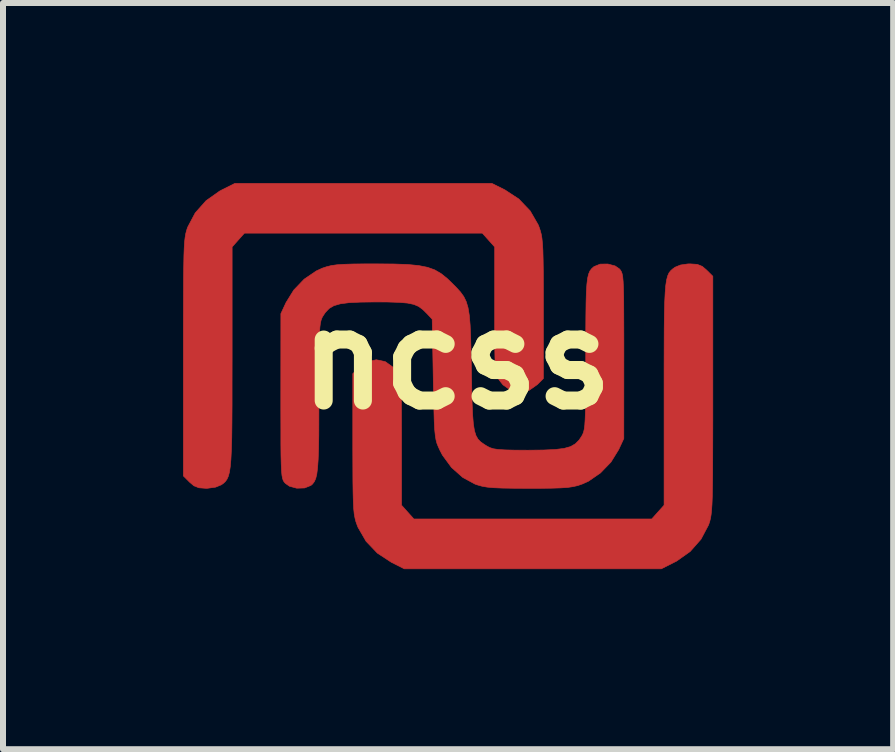
<source format=kicad_pcb>
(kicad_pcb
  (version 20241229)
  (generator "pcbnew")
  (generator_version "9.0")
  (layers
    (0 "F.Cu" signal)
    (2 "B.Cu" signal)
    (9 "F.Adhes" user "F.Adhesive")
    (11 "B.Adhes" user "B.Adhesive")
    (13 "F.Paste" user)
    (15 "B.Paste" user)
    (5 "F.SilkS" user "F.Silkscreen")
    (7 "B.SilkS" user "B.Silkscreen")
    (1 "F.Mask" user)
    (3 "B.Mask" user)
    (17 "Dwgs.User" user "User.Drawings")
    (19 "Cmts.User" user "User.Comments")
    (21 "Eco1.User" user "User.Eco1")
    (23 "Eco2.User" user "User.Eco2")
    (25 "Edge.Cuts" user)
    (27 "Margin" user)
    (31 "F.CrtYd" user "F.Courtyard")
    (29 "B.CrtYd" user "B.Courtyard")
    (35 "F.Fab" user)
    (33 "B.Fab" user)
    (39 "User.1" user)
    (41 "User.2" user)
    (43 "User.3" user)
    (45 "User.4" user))
  (footprint "ncss"
    (layer "F.Cu")
    (at 4.556 2.933)
    (property "Reference" "ncss" (at 0 0 0) (layer "F.SilkS") (effects (font (size 1.524 1.524) (thickness 0.3))))
    (attr through_hole)
    (fp_poly (pts (xy 0.805 -2.82) (xy 1.037 -2.668) (xy 1.226 -2.47) (xy 1.36 -2.238) (xy 1.375 -2.2) (xy 1.394 -2.143) (xy 1.41 -2.084) (xy 1.422 -2.015) (xy 1.431 -1.926) (xy 1.438 -1.81) (xy 1.442 -1.659) (xy 1.445 -1.464) (xy 1.446 -1.216) (xy 1.446 -0.908) (xy 1.446 -0.843) (xy 1.446 0.323) (xy 1.346 0.423) (xy 1.205 0.522) (xy 1.055 0.555) (xy 0.907 0.523) (xy 0.774 0.429) (xy 0.716 0.356) (xy 0.693 0.32) (xy 0.675 0.283) (xy 0.661 0.237) (xy 0.65 0.172) (xy 0.643 0.081) (xy 0.639 -0.045) (xy 0.636 -0.213) (xy 0.635 -0.433) (xy 0.635 -0.712) (xy 0.635 -0.816) (xy 0.635 -1.869) (xy 0.532 -1.984) (xy 0.429 -2.099) (xy -3.534 -2.099) (xy -3.637 -1.984) (xy -3.739 -1.869) (xy -3.739 -0.034) (xy -3.74 0.393) (xy -3.74 0.754) (xy -3.742 1.056) (xy -3.745 1.306) (xy -3.751 1.507) (xy -3.759 1.667) (xy -3.77 1.791) (xy -3.784 1.884) (xy -3.803 1.953) (xy -3.826 2.003) (xy -3.854 2.041) (xy -3.887 2.071) (xy -3.92 2.094) (xy -4.016 2.133) (xy -4.148 2.151) (xy -4.173 2.152) (xy -4.293 2.143) (xy -4.376 2.11) (xy -4.448 2.049) (xy -4.551 1.946) (xy -4.551 -0.031) (xy -4.551 -0.456) (xy -4.55 -0.816) (xy -4.549 -1.117) (xy -4.548 -1.365) (xy -4.545 -1.568) (xy -4.542 -1.729) (xy -4.537 -1.856) (xy -4.531 -1.954) (xy -4.522 -2.03) (xy -4.512 -2.089) (xy -4.5 -2.137) (xy -4.486 -2.181) (xy -4.479 -2.2) (xy -4.354 -2.436) (xy -4.173 -2.64) (xy -3.947 -2.8) (xy -3.909 -2.82) (xy -3.693 -2.928) (xy 0.588 -2.928) (xy 0.805 -2.82)) (stroke (width 0.01) (type solid)) (fill yes) (layer "F.Cu"))
    (fp_poly (pts (xy 4.01 -1.579) (xy 4.094 -1.545) (xy 4.165 -1.484) (xy 4.269 -1.381) (xy 4.269 0.596) (xy 4.269 1.02) (xy 4.268 1.38) (xy 4.267 1.681) (xy 4.266 1.93) (xy 4.263 2.132) (xy 4.26 2.294) (xy 4.255 2.42) (xy 4.248 2.519) (xy 4.24 2.594) (xy 4.23 2.653) (xy 4.218 2.702) (xy 4.204 2.745) (xy 4.197 2.764) (xy 4.072 3) (xy 3.891 3.205) (xy 3.665 3.365) (xy 3.627 3.384) (xy 3.411 3.493) (xy -0.871 3.493) (xy -1.087 3.384) (xy -1.319 3.232) (xy -1.508 3.034) (xy -1.642 2.802) (xy -1.657 2.764) (xy -1.677 2.708) (xy -1.692 2.649) (xy -1.705 2.579) (xy -1.714 2.491) (xy -1.72 2.375) (xy -1.724 2.223) (xy -1.727 2.028) (xy -1.728 1.78) (xy -1.729 1.472) (xy -1.729 1.407) (xy -1.729 0.242) (xy -1.628 0.141) (xy -1.487 0.042) (xy -1.337 0.01) (xy -1.189 0.041) (xy -1.056 0.136) (xy -0.998 0.208) (xy -0.975 0.244) (xy -0.957 0.281) (xy -0.943 0.328) (xy -0.933 0.393) (xy -0.926 0.484) (xy -0.921 0.609) (xy -0.919 0.777) (xy -0.918 0.997) (xy -0.917 1.276) (xy -0.917 1.38) (xy -0.917 2.433) (xy -0.814 2.548) (xy -0.711 2.663) (xy 3.251 2.663) (xy 3.354 2.548) (xy 3.457 2.433) (xy 3.457 0.58) (xy 3.457 0.156) (xy 3.458 -0.203) (xy 3.459 -0.503) (xy 3.462 -0.75) (xy 3.467 -0.949) (xy 3.475 -1.107) (xy 3.485 -1.229) (xy 3.499 -1.32) (xy 3.517 -1.388) (xy 3.539 -1.437) (xy 3.567 -1.473) (xy 3.599 -1.502) (xy 3.638 -1.53) (xy 3.641 -1.532) (xy 3.729 -1.568) (xy 3.852 -1.586) (xy 3.891 -1.587) (xy 4.01 -1.579)) (stroke (width 0.01) (type solid)) (fill yes) (layer "F.Cu"))
    (fp_poly (pts (xy -1.048 -1.585) (xy -0.815 -1.577) (xy -0.631 -1.559) (xy -0.484 -1.53) (xy -0.364 -1.487) (xy -0.259 -1.426) (xy -0.159 -1.346) (xy -0.091 -1.281) (xy -0.004 -1.194) (xy 0.066 -1.117) (xy 0.12 -1.042) (xy 0.161 -0.958) (xy 0.191 -0.857) (xy 0.212 -0.73) (xy 0.226 -0.568) (xy 0.235 -0.361) (xy 0.242 -0.101) (xy 0.247 0.178) (xy 0.253 0.489) (xy 0.259 0.738) (xy 0.268 0.933) (xy 0.28 1.082) (xy 0.298 1.192) (xy 0.323 1.273) (xy 0.357 1.333) (xy 0.402 1.379) (xy 0.459 1.419) (xy 0.505 1.448) (xy 0.555 1.474) (xy 0.614 1.493) (xy 0.694 1.505) (xy 0.807 1.512) (xy 0.967 1.516) (xy 1.184 1.517) (xy 1.194 1.517) (xy 1.449 1.514) (xy 1.645 1.505) (xy 1.791 1.487) (xy 1.898 1.457) (xy 1.978 1.411) (xy 2.04 1.349) (xy 2.081 1.289) (xy 2.1 1.255) (xy 2.115 1.217) (xy 2.127 1.167) (xy 2.136 1.098) (xy 2.142 1.001) (xy 2.147 0.87) (xy 2.15 0.698) (xy 2.151 0.475) (xy 2.152 0.196) (xy 2.152 -0.086) (xy 2.152 -0.431) (xy 2.154 -0.713) (xy 2.157 -0.938) (xy 2.162 -1.115) (xy 2.171 -1.249) (xy 2.183 -1.348) (xy 2.2 -1.419) (xy 2.222 -1.47) (xy 2.25 -1.507) (xy 2.284 -1.537) (xy 2.29 -1.542) (xy 2.392 -1.583) (xy 2.52 -1.585) (xy 2.641 -1.553) (xy 2.71 -1.506) (xy 2.73 -1.484) (xy 2.745 -1.458) (xy 2.758 -1.423) (xy 2.768 -1.37) (xy 2.775 -1.293) (xy 2.78 -1.185) (xy 2.784 -1.039) (xy 2.785 -0.849) (xy 2.786 -0.606) (xy 2.787 -0.305) (xy 2.787 -0.051) (xy 2.786 1.323) (xy 2.7 1.508) (xy 2.572 1.715) (xy 2.397 1.896) (xy 2.197 2.034) (xy 2.097 2.079) (xy 2.022 2.105) (xy 1.945 2.123) (xy 1.853 2.137) (xy 1.735 2.145) (xy 1.578 2.15) (xy 1.371 2.152) (xy 1.199 2.152) (xy 0.951 2.151) (xy 0.761 2.148) (xy 0.618 2.142) (xy 0.51 2.132) (xy 0.424 2.117) (xy 0.35 2.096) (xy 0.308 2.082) (xy 0.102 1.97) (xy -0.085 1.804) (xy -0.236 1.598) (xy -0.278 1.517) (xy -0.305 1.458) (xy -0.327 1.404) (xy -0.343 1.343) (xy -0.355 1.268) (xy -0.365 1.169) (xy -0.372 1.036) (xy -0.377 0.861) (xy -0.382 0.635) (xy -0.388 0.348) (xy -0.388 0.329) (xy -0.406 -0.665) (xy -0.494 -0.759) (xy -0.563 -0.827) (xy -0.632 -0.878) (xy -0.712 -0.912) (xy -0.817 -0.934) (xy -0.958 -0.946) (xy -1.148 -0.952) (xy -1.342 -0.953) (xy -1.596 -0.95) (xy -1.791 -0.941) (xy -1.936 -0.922) (xy -2.043 -0.891) (xy -2.122 -0.845) (xy -2.184 -0.78) (xy -2.222 -0.724) (xy -2.241 -0.691) (xy -2.256 -0.652) (xy -2.268 -0.602) (xy -2.277 -0.532) (xy -2.284 -0.434) (xy -2.288 -0.302) (xy -2.291 -0.127) (xy -2.292 0.097) (xy -2.293 0.379) (xy -2.293 0.628) (xy -2.294 0.979) (xy -2.295 1.266) (xy -2.299 1.496) (xy -2.306 1.677) (xy -2.316 1.815) (xy -2.329 1.918) (xy -2.347 1.991) (xy -2.371 2.043) (xy -2.4 2.081) (xy -2.427 2.104) (xy -2.532 2.146) (xy -2.662 2.15) (xy -2.784 2.117) (xy -2.851 2.07) (xy -2.871 2.048) (xy -2.887 2.023) (xy -2.899 1.987) (xy -2.909 1.935) (xy -2.916 1.858) (xy -2.921 1.75) (xy -2.925 1.604) (xy -2.927 1.413) (xy -2.927 1.171) (xy -2.928 0.87) (xy -2.928 0.615) (xy -2.927 -0.758) (xy -2.841 -0.943) (xy -2.713 -1.15) (xy -2.539 -1.332) (xy -2.338 -1.469) (xy -2.238 -1.515) (xy -2.163 -1.54) (xy -2.086 -1.559) (xy -1.994 -1.572) (xy -1.876 -1.58) (xy -1.719 -1.585) (xy -1.512 -1.587) (xy -1.341 -1.587) (xy -1.048 -1.585)) (stroke (width 0.01) (type solid)) (fill yes) (layer "F.Cu")))
  (gr_rect
    (start -3 -3)
    (end 11.829 9.431)
    (stroke (width 0.1) (type default))
    (fill no)
    (layer "Edge.Cuts")))
</source>
